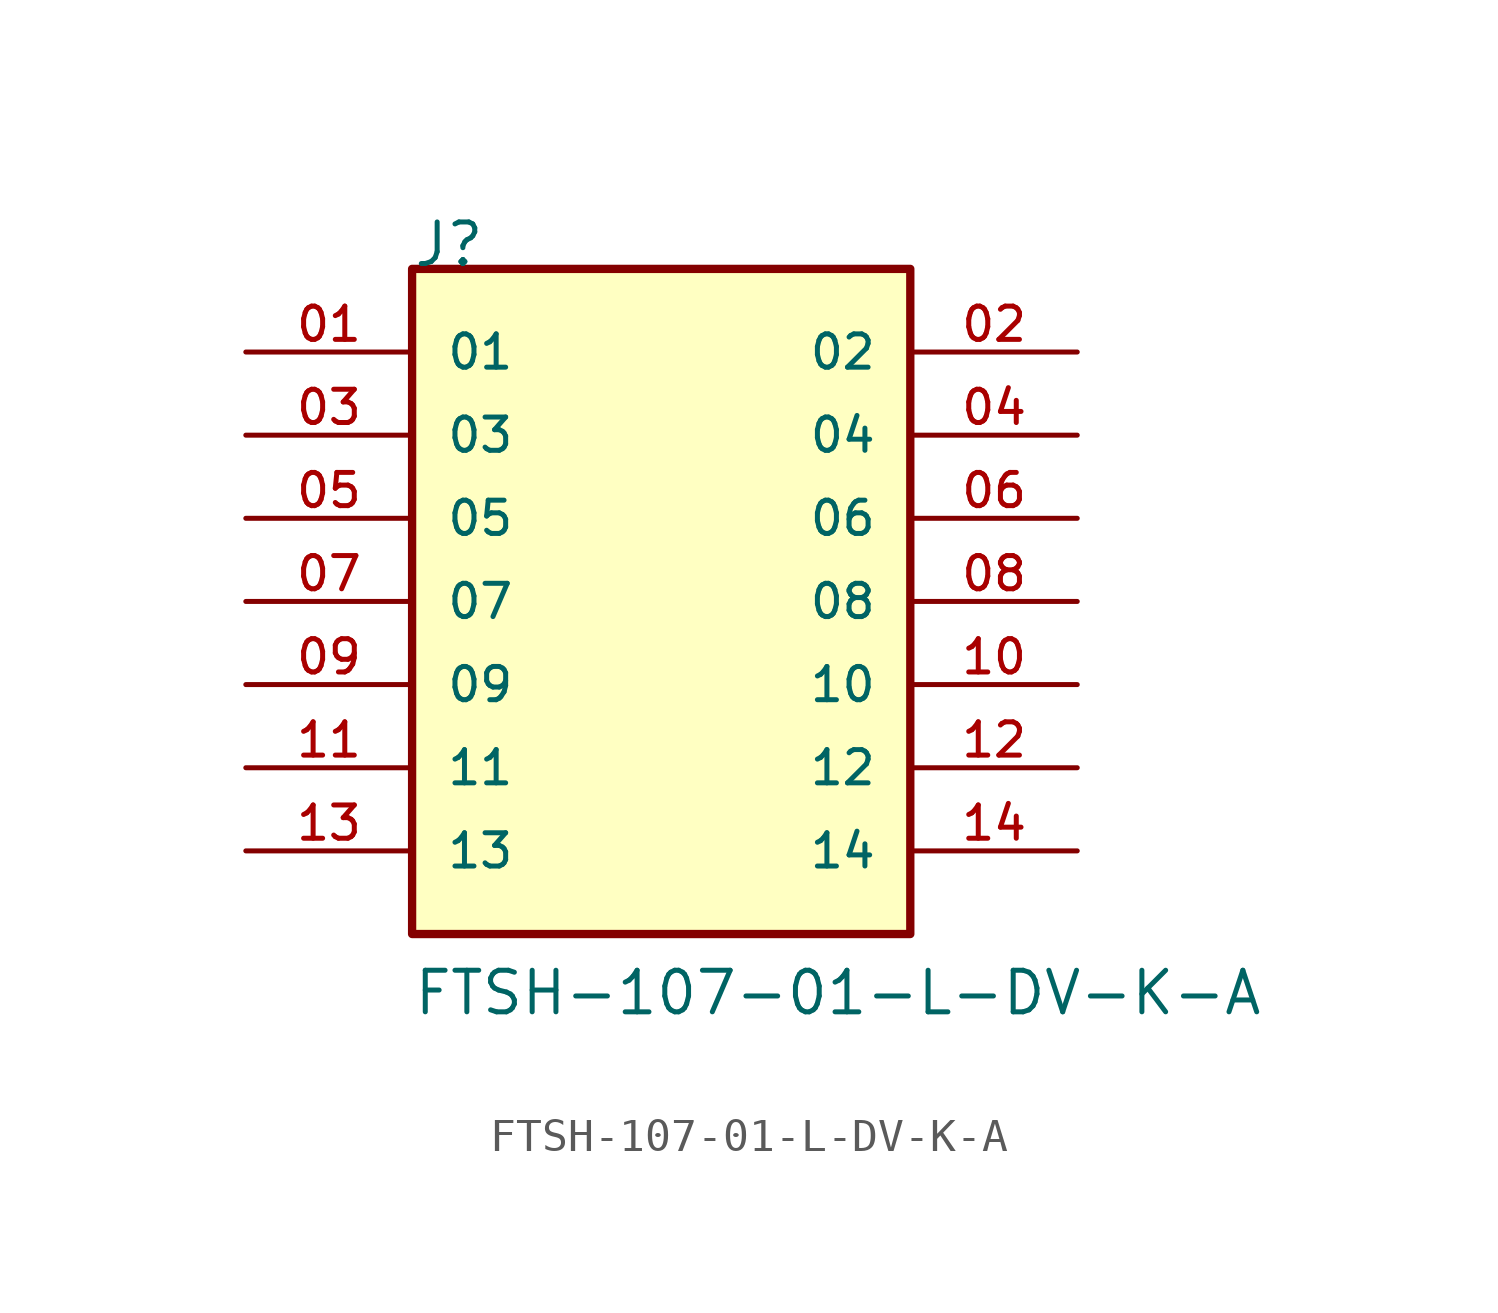
<source format=kicad_sym>
(kicad_symbol_lib
  (version 20211014)
  (generator kicad_symbol_editor)
  (symbol "FTSH-107-01-L-DV-K-A"
    (pin_names
      (offset 1.016))
    (property "Reference" "J"
      (at -7.62 10.16 0)
      (effects (font (size 1.27 1.27)) (justify bottom left)))
    (property "Value" "FTSH-107-01-L-DV-K-A"
      (at -7.62 -12.7 0)
      (effects (font (size 1.27 1.27)) (justify bottom left)))
    (symbol "FTSH-107-01-L-DV-K-A_0_0"
      (rectangle (start -7.62 -10.16) (end 7.6 10.16) (stroke (width 0.254)) (fill (type background)))
      (pin passive line (at -12.7 7.62 0) (length 5.08) (name "01" (effects (font (size 1.016 1.016)))) (number "01" (effects (font (size 1.016 1.016)))))
      (pin passive line (at -12.7 -2.54 0) (length 5.08) (name "09" (effects (font (size 1.016 1.016)))) (number "09" (effects (font (size 1.016 1.016)))))
      (pin passive line (at 12.7 -2.54 180.0) (length 5.08) (name "10" (effects (font (size 1.016 1.016)))) (number "10" (effects (font (size 1.016 1.016)))))
      (pin passive line (at -12.7 -5.08 0) (length 5.08) (name "11" (effects (font (size 1.016 1.016)))) (number "11" (effects (font (size 1.016 1.016)))))
      (pin passive line (at 12.7 -5.08 180.0) (length 5.08) (name "12" (effects (font (size 1.016 1.016)))) (number "12" (effects (font (size 1.016 1.016)))))
      (pin passive line (at -12.7 -7.62 0) (length 5.08) (name "13" (effects (font (size 1.016 1.016)))) (number "13" (effects (font (size 1.016 1.016)))))
      (pin passive line (at 12.7 -7.62 180.0) (length 5.08) (name "14" (effects (font (size 1.016 1.016)))) (number "14" (effects (font (size 1.016 1.016)))))
      (pin passive line (at 12.7 7.62 180.0) (length 5.08) (name "02" (effects (font (size 1.016 1.016)))) (number "02" (effects (font (size 1.016 1.016)))))
      (pin passive line (at -12.7 5.08 0) (length 5.08) (name "03" (effects (font (size 1.016 1.016)))) (number "03" (effects (font (size 1.016 1.016)))))
      (pin passive line (at 12.7 5.08 180.0) (length 5.08) (name "04" (effects (font (size 1.016 1.016)))) (number "04" (effects (font (size 1.016 1.016)))))
      (pin passive line (at -12.7 2.54 0) (length 5.08) (name "05" (effects (font (size 1.016 1.016)))) (number "05" (effects (font (size 1.016 1.016)))))
      (pin passive line (at 12.7 2.54 180.0) (length 5.08) (name "06" (effects (font (size 1.016 1.016)))) (number "06" (effects (font (size 1.016 1.016)))))
      (pin passive line (at -12.7 0.0 0) (length 5.08) (name "07" (effects (font (size 1.016 1.016)))) (number "07" (effects (font (size 1.016 1.016)))))
      (pin passive line (at 12.7 0.0 180.0) (length 5.08) (name "08" (effects (font (size 1.016 1.016)))) (number "08" (effects (font (size 1.016 1.016))))))))
</source>
